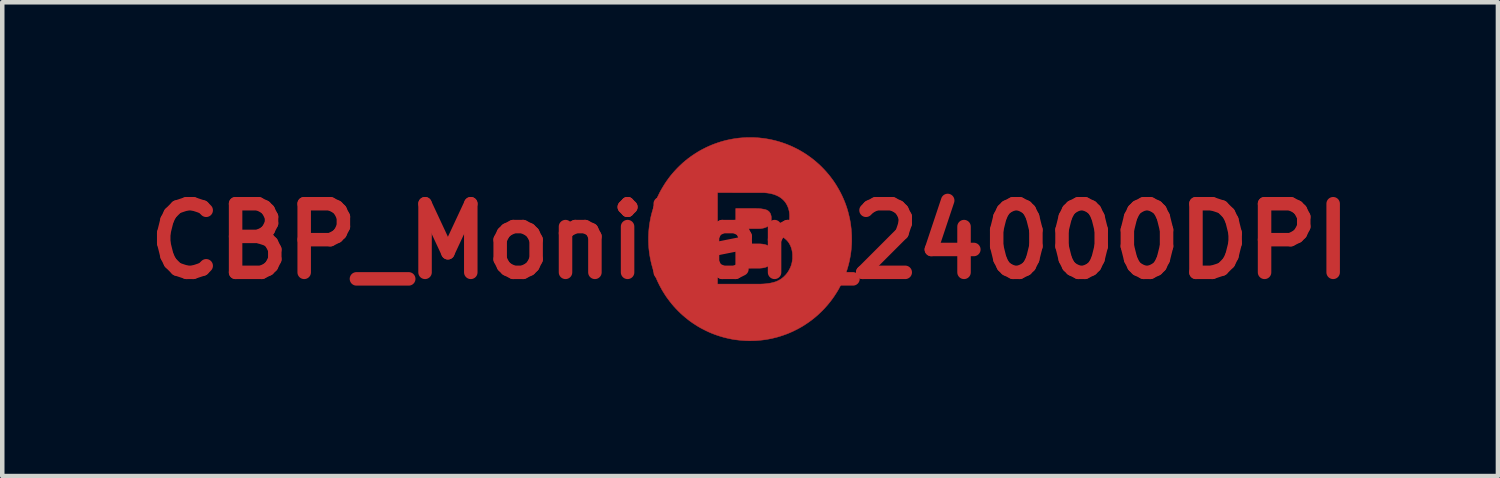
<source format=kicad_pcb>
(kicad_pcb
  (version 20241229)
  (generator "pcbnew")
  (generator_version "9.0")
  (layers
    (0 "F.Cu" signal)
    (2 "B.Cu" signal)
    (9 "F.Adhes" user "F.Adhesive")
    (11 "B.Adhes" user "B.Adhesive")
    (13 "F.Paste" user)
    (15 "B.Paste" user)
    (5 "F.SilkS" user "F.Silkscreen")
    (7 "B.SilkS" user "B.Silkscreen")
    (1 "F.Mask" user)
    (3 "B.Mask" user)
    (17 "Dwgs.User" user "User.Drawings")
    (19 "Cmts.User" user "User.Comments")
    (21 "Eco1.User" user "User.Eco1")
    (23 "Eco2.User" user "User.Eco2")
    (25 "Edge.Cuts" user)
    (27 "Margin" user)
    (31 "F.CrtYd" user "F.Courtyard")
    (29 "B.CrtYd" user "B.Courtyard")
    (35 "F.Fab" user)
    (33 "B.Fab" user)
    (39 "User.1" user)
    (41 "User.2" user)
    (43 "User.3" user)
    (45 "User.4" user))
  (footprint "CBP_Moniker_24000DPI"
    (layer "F.Cu")
    (at 13.614 2.311)
    (property "Reference" "CBP_Moniker_24000DPI" (at 0 0 0) (layer "F.Cu") (effects (font (size 1.524 1.524) (thickness 0.3))))
    (attr through_hole)
    (fp_poly (pts (xy -0.089 -0.729) (xy -0.064 -0.729) (xy -0.04 -0.729) (xy -0.017 -0.729) (xy 0.005 -0.729) (xy 0.026 -0.729) (xy 0.046 -0.729) (xy 0.065 -0.729) (xy 0.082 -0.729) (xy 0.099 -0.729) (xy 0.114 -0.729) (xy 0.127 -0.729) (xy 0.138 -0.729) (xy 0.148 -0.728) (xy 0.157 -0.728) (xy 0.163 -0.728) (xy 0.167 -0.728) (xy 0.167 -0.728) (xy 0.198 -0.727) (xy 0.227 -0.724) (xy 0.254 -0.721) (xy 0.28 -0.717) (xy 0.304 -0.713) (xy 0.328 -0.708) (xy 0.338 -0.705) (xy 0.348 -0.702) (xy 0.357 -0.699) (xy 0.364 -0.696) (xy 0.371 -0.694) (xy 0.377 -0.691) (xy 0.38 -0.689) (xy 0.396 -0.68) (xy 0.41 -0.669) (xy 0.423 -0.657) (xy 0.435 -0.643) (xy 0.444 -0.628) (xy 0.453 -0.612) (xy 0.46 -0.594) (xy 0.465 -0.575) (xy 0.469 -0.554) (xy 0.47 -0.548) (xy 0.471 -0.543) (xy 0.471 -0.535) (xy 0.471 -0.527) (xy 0.471 -0.517) (xy 0.471 -0.507) (xy 0.471 -0.497) (xy 0.471 -0.488) (xy 0.471 -0.479) (xy 0.47 -0.472) (xy 0.47 -0.466) (xy 0.466 -0.445) (xy 0.461 -0.426) (xy 0.454 -0.408) (xy 0.447 -0.391) (xy 0.438 -0.376) (xy 0.427 -0.363) (xy 0.415 -0.351) (xy 0.402 -0.339) (xy 0.387 -0.329) (xy 0.386 -0.329) (xy 0.369 -0.319) (xy 0.35 -0.311) (xy 0.331 -0.304) (xy 0.31 -0.297) (xy 0.287 -0.292) (xy 0.263 -0.287) (xy 0.238 -0.284) (xy 0.226 -0.282) (xy 0.224 -0.282) (xy 0.221 -0.282) (xy 0.217 -0.282) (xy 0.212 -0.282) (xy 0.205 -0.282) (xy 0.198 -0.282) (xy 0.189 -0.282) (xy 0.178 -0.281) (xy 0.166 -0.281) (xy 0.153 -0.281) (xy 0.138 -0.281) (xy 0.122 -0.281) (xy 0.103 -0.281) (xy 0.084 -0.281) (xy 0.062 -0.281) (xy 0.038 -0.281) (xy 0.013 -0.281) (xy -0.015 -0.281) (xy -0.044 -0.281) (xy -0.052 -0.281) (xy -0.318 -0.28) (xy -0.318 -0.729) (xy -0.089 -0.729)) (stroke (width 0.01) (type solid)) (fill yes) (layer "F.Cu"))
    (fp_poly (pts (xy -0.048 0.056) (xy -0.017 0.056) (xy 0.012 0.057) (xy 0.039 0.057) (xy 0.064 0.057) (xy 0.087 0.057) (xy 0.108 0.057) (xy 0.128 0.057) (xy 0.145 0.057) (xy 0.161 0.057) (xy 0.175 0.057) (xy 0.188 0.057) (xy 0.199 0.057) (xy 0.208 0.057) (xy 0.216 0.058) (xy 0.223 0.058) (xy 0.228 0.058) (xy 0.232 0.058) (xy 0.234 0.058) (xy 0.234 0.058) (xy 0.252 0.06) (xy 0.267 0.061) (xy 0.281 0.063) (xy 0.294 0.065) (xy 0.306 0.067) (xy 0.317 0.069) (xy 0.323 0.07) (xy 0.347 0.077) (xy 0.369 0.084) (xy 0.389 0.093) (xy 0.408 0.103) (xy 0.426 0.114) (xy 0.442 0.127) (xy 0.45 0.134) (xy 0.463 0.148) (xy 0.475 0.164) (xy 0.486 0.18) (xy 0.494 0.198) (xy 0.502 0.217) (xy 0.507 0.238) (xy 0.511 0.26) (xy 0.513 0.271) (xy 0.513 0.278) (xy 0.514 0.287) (xy 0.514 0.297) (xy 0.514 0.308) (xy 0.514 0.319) (xy 0.514 0.33) (xy 0.514 0.341) (xy 0.513 0.35) (xy 0.512 0.359) (xy 0.512 0.363) (xy 0.508 0.388) (xy 0.502 0.412) (xy 0.495 0.434) (xy 0.486 0.455) (xy 0.476 0.474) (xy 0.465 0.492) (xy 0.452 0.508) (xy 0.438 0.523) (xy 0.421 0.537) (xy 0.404 0.549) (xy 0.385 0.56) (xy 0.38 0.562) (xy 0.368 0.568) (xy 0.354 0.573) (xy 0.34 0.578) (xy 0.325 0.582) (xy 0.309 0.586) (xy 0.292 0.589) (xy 0.273 0.592) (xy 0.253 0.594) (xy 0.234 0.596) (xy 0.232 0.596) (xy 0.228 0.596) (xy 0.223 0.596) (xy 0.216 0.597) (xy 0.208 0.597) (xy 0.198 0.597) (xy 0.187 0.597) (xy 0.174 0.597) (xy 0.159 0.597) (xy 0.142 0.597) (xy 0.124 0.597) (xy 0.104 0.597) (xy 0.082 0.597) (xy 0.058 0.597) (xy 0.032 0.597) (xy 0.004 0.598) (xy -0.026 0.598) (xy -0.048 0.598) (xy -0.318 0.598) (xy -0.318 0.056) (xy -0.048 0.056)) (stroke (width 0.01) (type solid)) (fill yes) (layer "F.Cu"))
    (fp_poly (pts (xy 0.022 -2.306) (xy 0.036 -2.306) (xy 0.048 -2.306) (xy 0.06 -2.306) (xy 0.07 -2.305) (xy 0.075 -2.305) (xy 0.114 -2.304) (xy 0.151 -2.301) (xy 0.187 -2.299) (xy 0.223 -2.296) (xy 0.223 -2.295) (xy 0.292 -2.288) (xy 0.36 -2.278) (xy 0.428 -2.266) (xy 0.495 -2.252) (xy 0.562 -2.236) (xy 0.628 -2.218) (xy 0.693 -2.198) (xy 0.758 -2.176) (xy 0.823 -2.152) (xy 0.886 -2.126) (xy 0.949 -2.098) (xy 1.011 -2.068) (xy 1.072 -2.037) (xy 1.095 -2.024) (xy 1.155 -1.989) (xy 1.214 -1.953) (xy 1.271 -1.915) (xy 1.328 -1.875) (xy 1.383 -1.834) (xy 1.437 -1.791) (xy 1.489 -1.746) (xy 1.541 -1.7) (xy 1.59 -1.652) (xy 1.638 -1.603) (xy 1.685 -1.552) (xy 1.712 -1.521) (xy 1.756 -1.469) (xy 1.798 -1.415) (xy 1.839 -1.36) (xy 1.878 -1.303) (xy 1.915 -1.246) (xy 1.95 -1.187) (xy 1.984 -1.128) (xy 2.016 -1.067) (xy 2.046 -1.006) (xy 2.074 -0.944) (xy 2.1 -0.881) (xy 2.106 -0.867) (xy 2.13 -0.802) (xy 2.152 -0.737) (xy 2.172 -0.671) (xy 2.189 -0.604) (xy 2.205 -0.538) (xy 2.219 -0.471) (xy 2.231 -0.403) (xy 2.24 -0.335) (xy 2.248 -0.267) (xy 2.253 -0.198) (xy 2.257 -0.129) (xy 2.258 -0.06) (xy 2.258 0.01) (xy 2.255 0.08) (xy 2.25 0.15) (xy 2.249 0.16) (xy 2.242 0.228) (xy 2.233 0.295) (xy 2.221 0.362) (xy 2.208 0.429) (xy 2.193 0.495) (xy 2.175 0.561) (xy 2.156 0.626) (xy 2.134 0.691) (xy 2.111 0.755) (xy 2.086 0.819) (xy 2.059 0.881) (xy 2.029 0.943) (xy 1.998 1.004) (xy 1.966 1.065) (xy 1.935 1.117) (xy 1.898 1.175) (xy 1.86 1.233) (xy 1.82 1.289) (xy 1.778 1.344) (xy 1.735 1.397) (xy 1.69 1.449) (xy 1.644 1.5) (xy 1.596 1.549) (xy 1.546 1.597) (xy 1.496 1.644) (xy 1.443 1.689) (xy 1.39 1.732) (xy 1.358 1.756) (xy 1.308 1.793) (xy 1.257 1.828) (xy 1.205 1.862) (xy 1.152 1.895) (xy 1.097 1.926) (xy 1.075 1.938) (xy 1.065 1.943) (xy 1.054 1.949) (xy 1.042 1.956) (xy 1.028 1.962) (xy 1.015 1.969) (xy 1 1.976) (xy 0.986 1.983) (xy 0.973 1.99) (xy 0.96 1.996) (xy 0.948 2.002) (xy 0.938 2.006) (xy 0.937 2.007) (xy 0.873 2.035) (xy 0.808 2.061) (xy 0.744 2.084) (xy 0.678 2.106) (xy 0.613 2.126) (xy 0.546 2.143) (xy 0.48 2.159) (xy 0.412 2.172) (xy 0.345 2.184) (xy 0.276 2.193) (xy 0.207 2.2) (xy 0.138 2.206) (xy 0.12 2.207) (xy 0.101 2.208) (xy 0.08 2.208) (xy 0.058 2.209) (xy 0.036 2.209) (xy 0.014 2.21) (xy -0.008 2.21) (xy -0.029 2.21) (xy -0.048 2.209) (xy -0.055 2.209) (xy -0.124 2.206) (xy -0.193 2.201) (xy -0.262 2.194) (xy -0.33 2.186) (xy -0.398 2.175) (xy -0.466 2.161) (xy -0.532 2.146) (xy -0.599 2.129) (xy -0.664 2.11) (xy -0.729 2.089) (xy -0.794 2.066) (xy -0.857 2.041) (xy -0.92 2.014) (xy -0.982 1.985) (xy -1.043 1.954) (xy -1.104 1.922) (xy -1.157 1.891) (xy -1.216 1.854) (xy -1.274 1.816) (xy -1.331 1.776) (xy -1.386 1.734) (xy -1.439 1.691) (xy -1.492 1.646) (xy -1.543 1.6) (xy -1.592 1.552) (xy -1.64 1.503) (xy -1.687 1.452) (xy -1.732 1.4) (xy -1.775 1.346) (xy -1.817 1.291) (xy -1.858 1.235) (xy -1.882 1.199) (xy -1.919 1.141) (xy -1.955 1.082) (xy -1.988 1.022) (xy -2.02 0.961) (xy -2.025 0.95) (xy -0.723 0.95) (xy -0.244 0.95) (xy -0.204 0.95) (xy -0.164 0.95) (xy -0.127 0.95) (xy -0.091 0.95) (xy -0.056 0.95) (xy -0.023 0.95) (xy 0.008 0.95) (xy 0.038 0.95) (xy 0.066 0.95) (xy 0.092 0.95) (xy 0.116 0.95) (xy 0.139 0.95) (xy 0.159 0.95) (xy 0.178 0.95) (xy 0.195 0.95) (xy 0.211 0.95) (xy 0.224 0.95) (xy 0.235 0.95) (xy 0.244 0.95) (xy 0.251 0.949) (xy 0.256 0.949) (xy 0.259 0.949) (xy 0.301 0.947) (xy 0.341 0.944) (xy 0.381 0.939) (xy 0.419 0.934) (xy 0.455 0.928) (xy 0.474 0.924) (xy 0.508 0.916) (xy 0.54 0.907) (xy 0.572 0.897) (xy 0.602 0.885) (xy 0.63 0.871) (xy 0.658 0.856) (xy 0.685 0.839) (xy 0.711 0.82) (xy 0.737 0.799) (xy 0.738 0.798) (xy 0.744 0.793) (xy 0.75 0.787) (xy 0.758 0.78) (xy 0.765 0.772) (xy 0.773 0.764) (xy 0.781 0.757) (xy 0.788 0.749) (xy 0.794 0.742) (xy 0.8 0.736) (xy 0.801 0.735) (xy 0.823 0.707) (xy 0.844 0.677) (xy 0.863 0.646) (xy 0.879 0.616) (xy 0.894 0.586) (xy 0.907 0.554) (xy 0.918 0.521) (xy 0.927 0.488) (xy 0.934 0.454) (xy 0.938 0.427) (xy 0.939 0.417) (xy 0.941 0.408) (xy 0.941 0.4) (xy 0.942 0.392) (xy 0.943 0.384) (xy 0.943 0.376) (xy 0.943 0.367) (xy 0.943 0.356) (xy 0.943 0.345) (xy 0.943 0.335) (xy 0.943 0.322) (xy 0.943 0.309) (xy 0.943 0.298) (xy 0.943 0.288) (xy 0.942 0.279) (xy 0.941 0.27) (xy 0.94 0.261) (xy 0.939 0.251) (xy 0.938 0.241) (xy 0.932 0.208) (xy 0.925 0.177) (xy 0.916 0.147) (xy 0.905 0.117) (xy 0.893 0.089) (xy 0.879 0.063) (xy 0.864 0.037) (xy 0.847 0.013) (xy 0.828 -0.01) (xy 0.808 -0.031) (xy 0.803 -0.035) (xy 0.784 -0.052) (xy 0.765 -0.068) (xy 0.745 -0.083) (xy 0.723 -0.096) (xy 0.7 -0.109) (xy 0.676 -0.121) (xy 0.649 -0.132) (xy 0.633 -0.139) (xy 0.632 -0.139) (xy 0.632 -0.14) (xy 0.633 -0.141) (xy 0.635 -0.142) (xy 0.638 -0.144) (xy 0.644 -0.147) (xy 0.645 -0.148) (xy 0.672 -0.163) (xy 0.698 -0.179) (xy 0.721 -0.196) (xy 0.742 -0.213) (xy 0.751 -0.221) (xy 0.77 -0.24) (xy 0.788 -0.261) (xy 0.804 -0.282) (xy 0.819 -0.306) (xy 0.832 -0.33) (xy 0.844 -0.356) (xy 0.853 -0.383) (xy 0.862 -0.412) (xy 0.868 -0.442) (xy 0.873 -0.473) (xy 0.873 -0.474) (xy 0.876 -0.501) (xy 0.877 -0.53) (xy 0.878 -0.559) (xy 0.877 -0.588) (xy 0.875 -0.616) (xy 0.874 -0.631) (xy 0.869 -0.663) (xy 0.862 -0.695) (xy 0.854 -0.726) (xy 0.843 -0.756) (xy 0.831 -0.785) (xy 0.817 -0.813) (xy 0.802 -0.839) (xy 0.785 -0.865) (xy 0.766 -0.889) (xy 0.766 -0.889) (xy 0.75 -0.907) (xy 0.732 -0.925) (xy 0.713 -0.942) (xy 0.693 -0.958) (xy 0.673 -0.973) (xy 0.669 -0.976) (xy 0.652 -0.986) (xy 0.634 -0.997) (xy 0.614 -1.007) (xy 0.593 -1.017) (xy 0.572 -1.026) (xy 0.551 -1.034) (xy 0.533 -1.041) (xy 0.513 -1.047) (xy 0.493 -1.052) (xy 0.473 -1.057) (xy 0.453 -1.062) (xy 0.431 -1.066) (xy 0.409 -1.07) (xy 0.386 -1.073) (xy 0.361 -1.076) (xy 0.335 -1.078) (xy 0.321 -1.08) (xy 0.319 -1.08) (xy 0.316 -1.08) (xy 0.313 -1.08) (xy 0.308 -1.08) (xy 0.302 -1.08) (xy 0.296 -1.08) (xy 0.288 -1.08) (xy 0.279 -1.08) (xy 0.268 -1.08) (xy 0.257 -1.081) (xy 0.244 -1.081) (xy 0.23 -1.081) (xy 0.214 -1.081) (xy 0.197 -1.081) (xy 0.178 -1.081) (xy 0.158 -1.081) (xy 0.136 -1.081) (xy 0.113 -1.081) (xy 0.088 -1.081) (xy 0.061 -1.081) (xy 0.032 -1.081) (xy 0.002 -1.081) (xy -0.03 -1.081) (xy -0.064 -1.081) (xy -0.101 -1.081) (xy -0.139 -1.081) (xy -0.179 -1.081) (xy -0.209 -1.081) (xy -0.723 -1.082) (xy -0.723 0.95) (xy -2.025 0.95) (xy -2.05 0.899) (xy -2.078 0.837) (xy -2.104 0.773) (xy -2.128 0.709) (xy -2.15 0.644) (xy -2.169 0.579) (xy -2.187 0.513) (xy -2.203 0.446) (xy -2.217 0.379) (xy -2.229 0.311) (xy -2.239 0.243) (xy -2.247 0.175) (xy -2.25 0.143) (xy -2.252 0.113) (xy -2.254 0.083) (xy -2.255 0.053) (xy -2.256 0.023) (xy -2.257 -0.008) (xy -2.257 -0.041) (xy -2.257 -0.071) (xy -2.257 -0.086) (xy -2.257 -0.1) (xy -2.257 -0.112) (xy -2.256 -0.123) (xy -2.256 -0.133) (xy -2.256 -0.143) (xy -2.255 -0.152) (xy -2.255 -0.162) (xy -2.254 -0.173) (xy -2.254 -0.184) (xy -2.253 -0.196) (xy -2.253 -0.2) (xy -2.247 -0.268) (xy -2.24 -0.336) (xy -2.23 -0.403) (xy -2.218 -0.471) (xy -2.205 -0.537) (xy -2.189 -0.604) (xy -2.171 -0.67) (xy -2.151 -0.735) (xy -2.13 -0.8) (xy -2.106 -0.864) (xy -2.08 -0.927) (xy -2.053 -0.99) (xy -2.023 -1.052) (xy -1.992 -1.113) (xy -1.961 -1.167) (xy -1.926 -1.226) (xy -1.89 -1.284) (xy -1.851 -1.341) (xy -1.811 -1.397) (xy -1.769 -1.452) (xy -1.725 -1.505) (xy -1.699 -1.535) (xy -1.673 -1.564) (xy -1.646 -1.593) (xy -1.618 -1.623) (xy -1.589 -1.652) (xy -1.559 -1.681) (xy -1.529 -1.709) (xy -1.5 -1.736) (xy -1.487 -1.748) (xy -1.434 -1.793) (xy -1.38 -1.836) (xy -1.325 -1.877) (xy -1.269 -1.916) (xy -1.211 -1.954) (xy -1.153 -1.99) (xy -1.094 -2.024) (xy -1.033 -2.056) (xy -0.972 -2.087) (xy -0.91 -2.115) (xy -0.847 -2.142) (xy -0.784 -2.166) (xy -0.719 -2.189) (xy -0.654 -2.21) (xy -0.589 -2.229) (xy -0.522 -2.246) (xy -0.455 -2.26) (xy -0.411 -2.269) (xy -0.375 -2.275) (xy -0.339 -2.281) (xy -0.303 -2.286) (xy -0.267 -2.291) (xy -0.231 -2.295) (xy -0.193 -2.298) (xy -0.155 -2.301) (xy -0.114 -2.304) (xy -0.106 -2.304) (xy -0.098 -2.304) (xy -0.088 -2.305) (xy -0.077 -2.305) (xy -0.065 -2.305) (xy -0.051 -2.305) (xy -0.037 -2.306) (xy -0.022 -2.306) (xy -0.007 -2.306) (xy 0.008 -2.306) (xy 0.022 -2.306)) (stroke (width 0.01) (type solid)) (fill yes) (layer "F.Cu")))
  (gr_rect
    (start -3 -3)
    (end 30.229 7.526)
    (stroke (width 0.1) (type default))
    (fill no)
    (layer "Edge.Cuts")))
</source>
